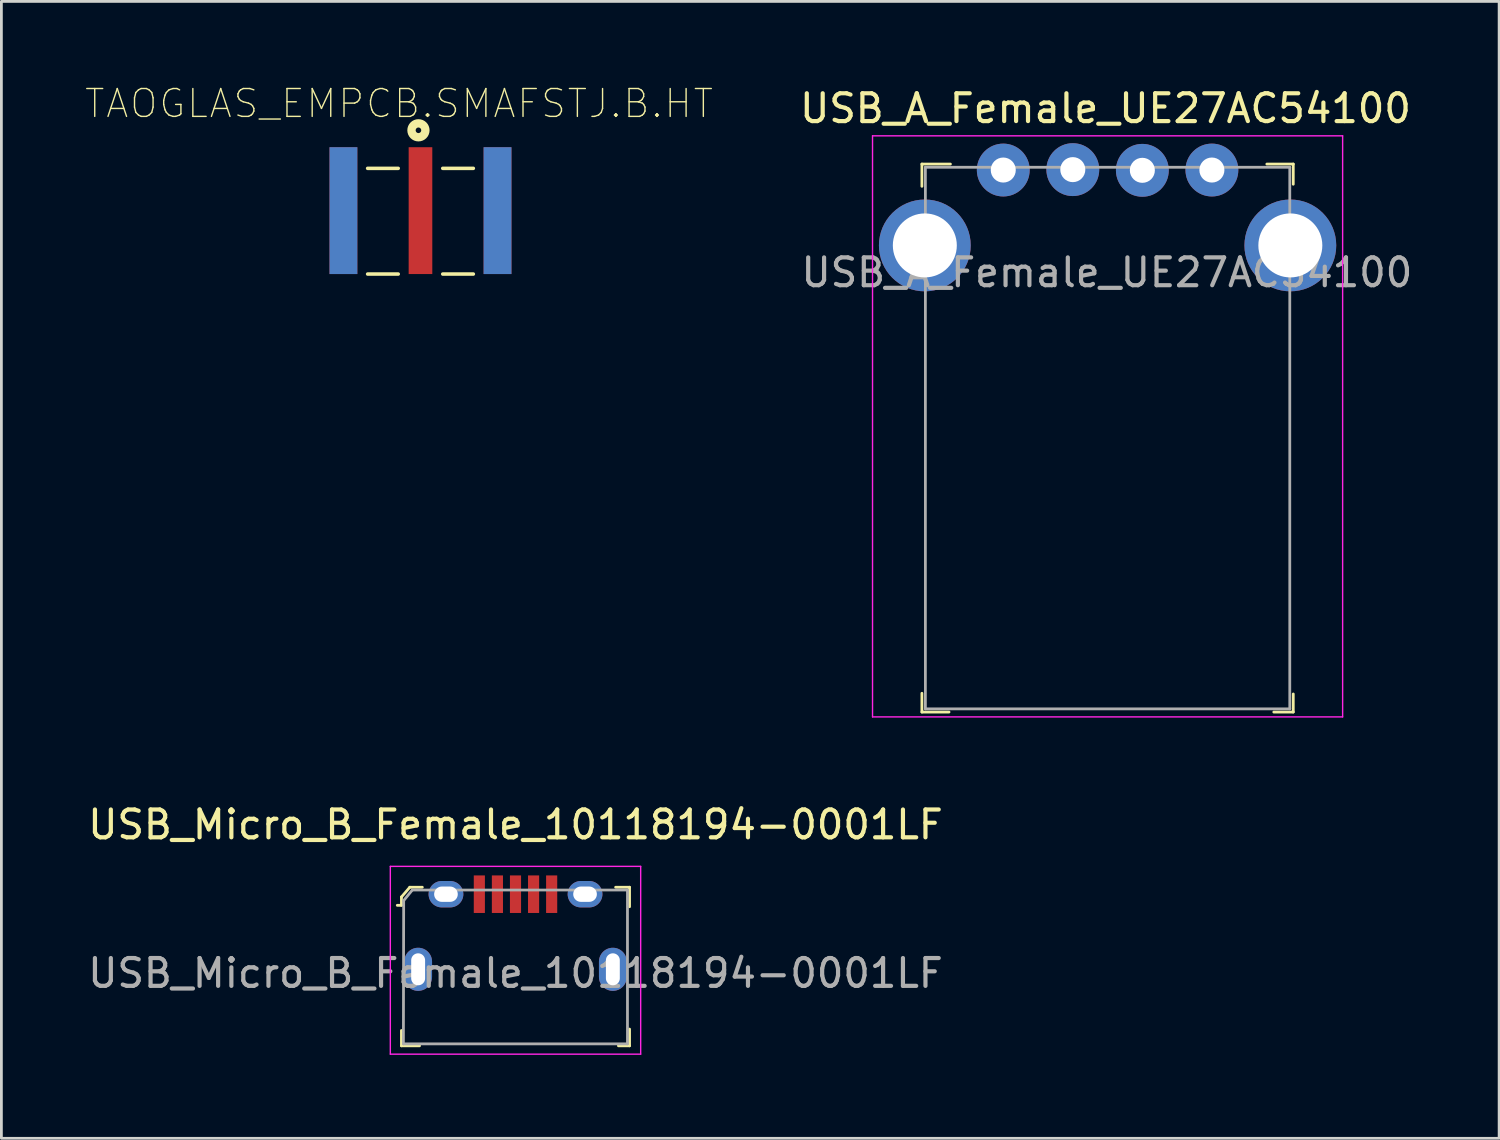
<source format=kicad_pcb>
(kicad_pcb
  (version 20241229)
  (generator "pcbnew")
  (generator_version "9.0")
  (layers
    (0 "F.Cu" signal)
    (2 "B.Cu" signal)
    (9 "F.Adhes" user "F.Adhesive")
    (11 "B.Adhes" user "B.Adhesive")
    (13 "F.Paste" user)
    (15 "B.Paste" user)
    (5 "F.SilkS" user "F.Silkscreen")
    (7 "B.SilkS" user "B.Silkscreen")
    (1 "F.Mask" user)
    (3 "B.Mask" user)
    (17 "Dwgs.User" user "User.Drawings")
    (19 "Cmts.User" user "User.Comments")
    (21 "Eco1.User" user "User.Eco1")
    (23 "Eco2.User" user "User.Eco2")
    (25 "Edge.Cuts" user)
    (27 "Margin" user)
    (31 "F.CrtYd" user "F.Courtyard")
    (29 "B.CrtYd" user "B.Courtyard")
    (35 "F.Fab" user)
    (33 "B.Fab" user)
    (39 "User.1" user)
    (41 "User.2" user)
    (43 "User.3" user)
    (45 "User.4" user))
  (footprint "TAOGLAS_EMPCB.SMAFSTJ.B.HT"
    (layer "F.Cu")
    (at 12.066 4.522)
    (property "Reference" "TAOGLAS_EMPCB.SMAFSTJ.B.HT" (at -0.771 -3.849 0) (layer "F.SilkS") (effects (font (size 1.001 1.001) (thickness 0.05))))
    (attr smd)
    (fp_line (start -1.9 -1.52) (end -0.8 -1.52) (stroke (width 0.127) (type solid)) (layer "F.SilkS"))
    (fp_line (start -1.9 2.28) (end -0.8 2.28) (stroke (width 0.127) (type solid)) (layer "F.SilkS"))
    (fp_line (start 0.8 -1.52) (end 1.9 -1.52) (stroke (width 0.127) (type solid)) (layer "F.SilkS"))
    (fp_line (start 0.8 2.28) (end 1.9 2.28) (stroke (width 0.127) (type solid)) (layer "F.SilkS"))
    (fp_circle (center -0.073 -2.888) (end 0.027 -2.888) (stroke (width 0.3) (type solid)) (fill no) (layer "F.SilkS"))
    (fp_line (start -3.52 -2.53) (end 3.52 -2.53) (stroke (width 0.05) (type solid)) (layer "Eco1.User"))
    (fp_line (start -3.52 12.03) (end -3.52 -2.53) (stroke (width 0.05) (type solid)) (layer "Eco1.User"))
    (fp_line (start 3.52 -2.53) (end 3.52 12.03) (stroke (width 0.05) (type solid)) (layer "Eco1.User"))
    (fp_line (start 3.52 12.03) (end -3.52 12.03) (stroke (width 0.05) (type solid)) (layer "Eco1.User"))
    (fp_line (start -3.52 -2.53) (end 3.52 -2.53) (stroke (width 0.05) (type solid)) (layer "Eco2.User"))
    (fp_line (start -3.52 12.03) (end -3.52 -2.53) (stroke (width 0.05) (type solid)) (layer "Eco2.User"))
    (fp_line (start -3.175 -1.52) (end 3.175 -1.52) (stroke (width 0.127) (type solid)) (layer "Eco2.User"))
    (fp_line (start -3.175 2.28) (end -3.175 -1.52) (stroke (width 0.127) (type solid)) (layer "Eco2.User"))
    (fp_line (start -3.175 2.28) (end 5 2.28) (stroke (width 0.127) (type solid)) (layer "Eco2.User"))
    (fp_line (start -3.175 11.78) (end -3.175 2.28) (stroke (width 0.127) (type solid)) (layer "Eco2.User"))
    (fp_line (start 3.175 -1.52) (end 3.175 11.78) (stroke (width 0.127) (type solid)) (layer "Eco2.User"))
    (fp_line (start 3.175 11.78) (end -3.175 11.78) (stroke (width 0.127) (type solid)) (layer "Eco2.User"))
    (fp_line (start 3.52 -2.53) (end 3.52 12.03) (stroke (width 0.05) (type solid)) (layer "Eco2.User"))
    (fp_line (start 3.52 12.03) (end -3.52 12.03) (stroke (width 0.05) (type solid)) (layer "Eco2.User"))
    (fp_text user "PCB~{EDGE}" (at 3.807 2.104 0) (layer "Edge.Cuts") (effects (font (size 1 1) (thickness 0.05))))
    (pad "1" smd rect (at 0 0) (size 0.85 4.56) (layers "F.Cu" "F.Mask" "F.Paste"))
    (pad "2" smd rect (at -2.77 0) (size 1 4.56) (layers "F.Cu" "F.Mask" "F.Paste"))
    (pad "2" smd rect (at -2.77 0) (size 1 4.56) (layers "B.Cu" "B.Mask" "B.Paste"))
    (pad "2" smd rect (at 2.77 0) (size 1 4.56) (layers "F.Cu" "F.Mask" "F.Paste"))
    (pad "2" smd rect (at 2.77 0) (size 1 4.56) (layers "B.Cu" "B.Mask" "B.Paste")))
  (footprint "USB_A_Female_UE27AC54100"
    (layer "F.Cu")
    (at 36.767 5.773)
    (property "Reference" "USB_A_Female_UE27AC54100" (at -0.075 -4.925 0) (layer "F.SilkS") (effects (font (size 1 1) (thickness 0.15))))
    (attr through_hole)
    (fp_line (start -6.675 -2.925) (end -6.675 -2.125) (stroke (width 0.1) (type solid)) (layer "F.SilkS"))
    (fp_line (start -6.675 16.775) (end -6.675 16.1) (stroke (width 0.1) (type solid)) (layer "F.SilkS"))
    (fp_line (start -5.7 16.775) (end -6.675 16.775) (stroke (width 0.1) (type solid)) (layer "F.SilkS"))
    (fp_line (start -5.65 -2.925) (end -6.675 -2.925) (stroke (width 0.1) (type solid)) (layer "F.SilkS"))
    (fp_line (start 5.725 -2.925) (end 6.675 -2.925) (stroke (width 0.1) (type solid)) (layer "F.SilkS"))
    (fp_line (start 6.675 -2.925) (end 6.675 -2.2) (stroke (width 0.1) (type solid)) (layer "F.SilkS"))
    (fp_line (start 6.675 16.125) (end 6.675 16.775) (stroke (width 0.1) (type solid)) (layer "F.SilkS"))
    (fp_line (start 6.675 16.775) (end 5.975 16.775) (stroke (width 0.1) (type solid)) (layer "F.SilkS"))
    (fp_line (start -8.45 -3.94) (end -8.45 16.95) (stroke (width 0.05) (type solid)) (layer "F.CrtYd"))
    (fp_line (start -8.45 -3.94) (end 8.45 -3.94) (stroke (width 0.05) (type solid)) (layer "F.CrtYd"))
    (fp_line (start -8.45 16.95) (end 8.45 16.95) (stroke (width 0.05) (type solid)) (layer "F.CrtYd"))
    (fp_line (start 8.45 -3.94) (end 8.45 16.95) (stroke (width 0.05) (type solid)) (layer "F.CrtYd"))
    (fp_line (start -6.55 -2.81) (end -6.55 16.66) (stroke (width 0.1) (type solid)) (layer "F.Fab"))
    (fp_line (start -6.55 -2.81) (end 6.55 -2.81) (stroke (width 0.1) (type solid)) (layer "F.Fab"))
    (fp_line (start -6.55 16.66) (end 6.55 16.66) (stroke (width 0.1) (type solid)) (layer "F.Fab"))
    (fp_line (start 6.55 -2.81) (end 6.55 16.66) (stroke (width 0.1) (type solid)) (layer "F.Fab"))
    (fp_text user "${REFERENCE}" (at -0.025 0.975 0) (layer "F.Fab") (effects (font (size 1 1) (thickness 0.15))))
    (pad "1" thru_hole circle (at -3.75 -2.71) (size 1.9 1.9) (drill 0.9) (layers "*.Cu" "*.Mask"))
    (pad "2" thru_hole circle (at -1.25 -2.725) (size 1.9 1.9) (drill 0.9) (layers "*.Cu" "*.Mask"))
    (pad "3" thru_hole circle (at 1.25 -2.7) (size 1.9 1.9) (drill 0.9) (layers "*.Cu" "*.Mask"))
    (pad "4" thru_hole circle (at 3.75 -2.71) (size 1.9 1.9) (drill 0.9) (layers "*.Cu" "*.Mask"))
    (pad "5" thru_hole circle (at -6.57 0) (size 3.3 3.3) (drill 2.3) (layers "*.Cu" "*.Mask"))
    (pad "5" thru_hole circle (at 6.57 0) (size 3.3 3.3) (drill 2.3) (layers "*.Cu" "*.Mask")))
  (footprint "USB_Micro_B_Female_10118194-0001LF"
    (layer "F.Cu")
    (at 15.482 29.096)
    (property "Reference" "USB_Micro_B_Female_10118194-0001LF" (at 0 -2.5 0) (layer "F.SilkS") (effects (font (size 1 1) (thickness 0.15))))
    (attr through_hole)
    (fp_line (start -4.1 0.1) (end -4.1 0.4) (stroke (width 0.1) (type solid)) (layer "F.SilkS"))
    (fp_line (start -4.1 0.4) (end -4.25 0.4) (stroke (width 0.1) (type solid)) (layer "F.SilkS"))
    (fp_line (start -4.1 4.9) (end -4.1 5.45) (stroke (width 0.1) (type solid)) (layer "F.SilkS"))
    (fp_line (start -4.1 5.45) (end -3.45 5.45) (stroke (width 0.1) (type solid)) (layer "F.SilkS"))
    (fp_line (start -3.8 -0.25) (end -4.1 0.1) (stroke (width 0.1) (type solid)) (layer "F.SilkS"))
    (fp_line (start -3.35 -0.25) (end -3.8 -0.25) (stroke (width 0.1) (type solid)) (layer "F.SilkS"))
    (fp_line (start 3.6 -0.25) (end 4.1 -0.25) (stroke (width 0.1) (type solid)) (layer "F.SilkS"))
    (fp_line (start 4.1 -0.25) (end 4.1 0.45) (stroke (width 0.1) (type solid)) (layer "F.SilkS"))
    (fp_line (start 4.1 4.85) (end 4.1 5.45) (stroke (width 0.1) (type solid)) (layer "F.SilkS"))
    (fp_line (start 4.1 5.45) (end 3.7 5.45) (stroke (width 0.1) (type solid)) (layer "F.SilkS"))
    (fp_line (start -4.5 -1) (end 4.5 -1) (stroke (width 0.05) (type solid)) (layer "F.CrtYd"))
    (fp_line (start -4.5 5.75) (end -4.5 -1) (stroke (width 0.05) (type solid)) (layer "F.CrtYd"))
    (fp_line (start -4.5 5.75) (end 4.5 5.75) (stroke (width 0.05) (type solid)) (layer "F.CrtYd"))
    (fp_line (start 4.5 5.75) (end 4.5 -1) (stroke (width 0.05) (type solid)) (layer "F.CrtYd"))
    (fp_line (start -4.03 5.38) (end -4.02 0.23) (stroke (width 0.1) (type solid)) (layer "F.Fab"))
    (fp_line (start -4.025 5.38) (end 4.025 5.38) (stroke (width 0.1) (type solid)) (layer "F.Fab"))
    (fp_line (start -4.02 0.23) (end -3.71 -0.15) (stroke (width 0.1) (type solid)) (layer "F.Fab"))
    (fp_line (start 4.02 -0.15) (end -3.71 -0.15) (stroke (width 0.1) (type solid)) (layer "F.Fab"))
    (fp_line (start 4.025 5.38) (end 4.025 -0.15) (stroke (width 0.1) (type solid)) (layer "F.Fab"))
    (fp_text user "${REFERENCE}" (at 0 2.84 0) (layer "F.Fab") (effects (font (size 1 1) (thickness 0.15))))
    (pad "1" smd rect (at -1.3 0) (size 0.4 1.35) (layers "F.Cu" "F.Mask" "F.Paste"))
    (pad "2" smd rect (at -0.65 0) (size 0.4 1.35) (layers "F.Cu" "F.Mask" "F.Paste"))
    (pad "3" smd rect (at 0 0) (size 0.4 1.35) (layers "F.Cu" "F.Mask" "F.Paste"))
    (pad "4" smd rect (at 0.65 0) (size 0.4 1.35) (layers "F.Cu" "F.Mask" "F.Paste"))
    (pad "5" smd rect (at 1.3 0) (size 0.4 1.35) (layers "F.Cu" "F.Mask" "F.Paste"))
    (pad "6" thru_hole oval (at -3.5 2.7) (size 1 1.55) (drill oval 0.5 1.15) (layers "*.Cu" "*.Mask"))
    (pad "6" thru_hole oval (at -2.5 0) (size 1.25 0.95) (drill oval 0.85 0.55) (layers "*.Cu" "*.Mask"))
    (pad "6" thru_hole oval (at 2.5 0) (size 1.25 0.95) (drill oval 0.85 0.55) (layers "*.Cu" "*.Mask"))
    (pad "6" thru_hole oval (at 3.5 2.7) (size 1 1.55) (drill oval 0.5 1.15) (layers "*.Cu" "*.Mask")))
  (gr_rect
    (start -3 -3)
    (end 50.843 37.871)
    (stroke (width 0.1) (type default))
    (fill no)
    (layer "Edge.Cuts")))
</source>
